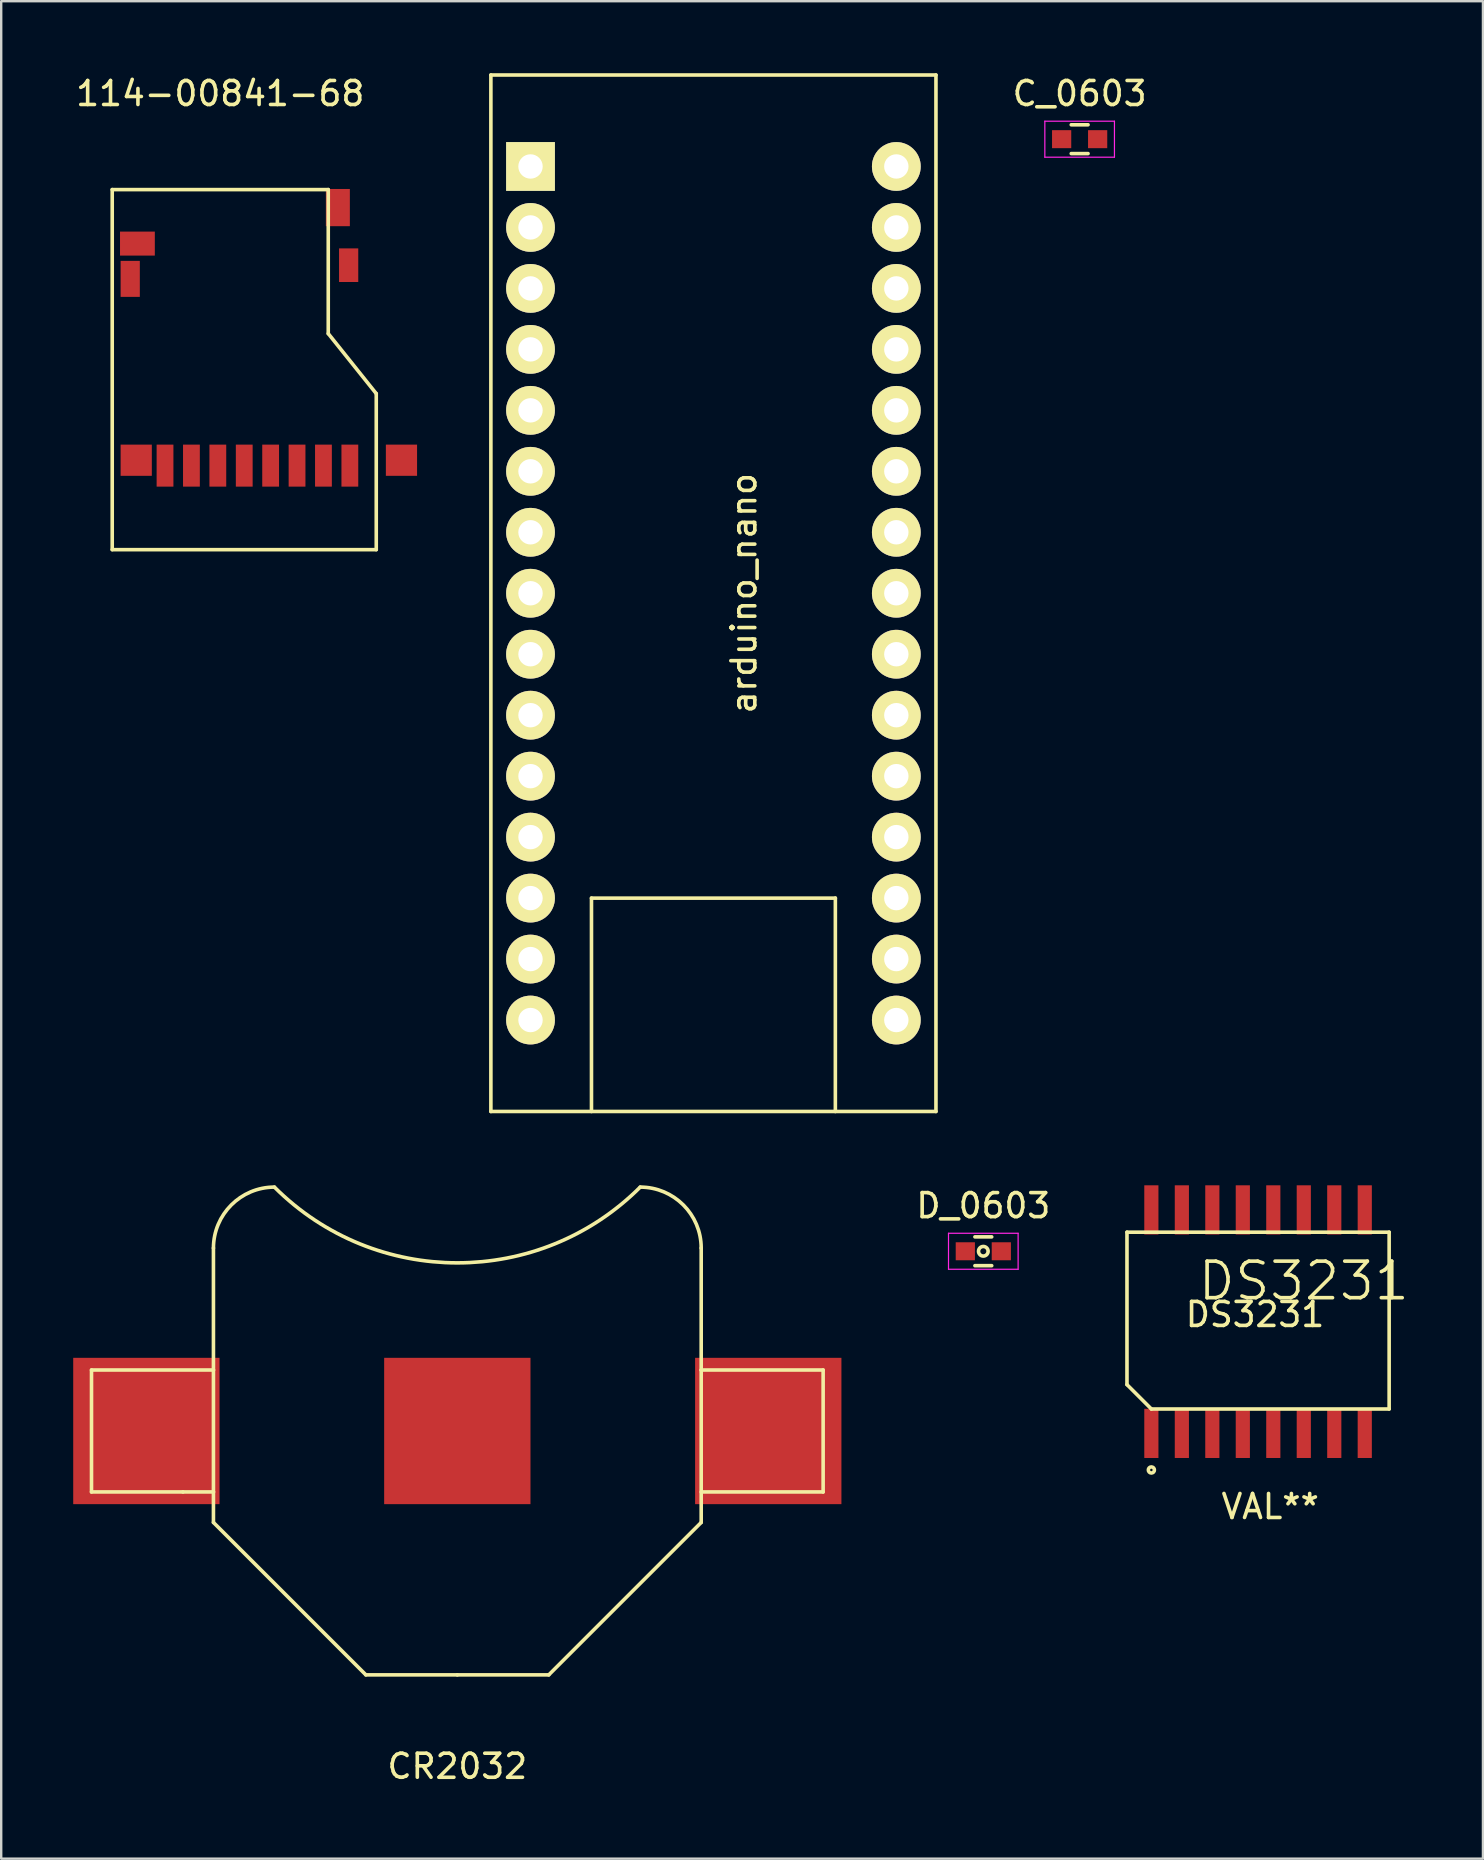
<source format=kicad_pcb>
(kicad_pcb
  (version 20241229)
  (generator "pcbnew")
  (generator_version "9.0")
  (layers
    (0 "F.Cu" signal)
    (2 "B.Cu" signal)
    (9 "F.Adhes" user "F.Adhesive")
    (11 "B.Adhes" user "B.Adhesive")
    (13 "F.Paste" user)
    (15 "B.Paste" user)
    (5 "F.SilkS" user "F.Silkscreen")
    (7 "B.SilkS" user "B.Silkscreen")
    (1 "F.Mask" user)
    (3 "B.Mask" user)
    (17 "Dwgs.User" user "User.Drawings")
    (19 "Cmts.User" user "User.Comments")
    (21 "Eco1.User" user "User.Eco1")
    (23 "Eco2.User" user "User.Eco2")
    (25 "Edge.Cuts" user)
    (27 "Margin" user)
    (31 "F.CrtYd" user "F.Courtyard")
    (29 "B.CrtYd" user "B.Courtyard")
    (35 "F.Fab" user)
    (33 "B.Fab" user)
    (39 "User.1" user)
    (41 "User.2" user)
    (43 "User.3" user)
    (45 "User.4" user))
  (footprint "114-00841-68"
    (layer "F.Cu")
    (at 0.625 17.848)
    (property "Reference" "114-00841-68" (at 5.5 -17 0) (layer "F.SilkS") (effects (font (size 1 1) (thickness 0.15))))
    (attr through_hole)
    (fp_line (start 1 -13) (end 1 2) (stroke (width 0.15) (type solid)) (layer "F.SilkS"))
    (fp_line (start 1 2) (end 12 2) (stroke (width 0.15) (type solid)) (layer "F.SilkS"))
    (fp_line (start 10 -13) (end 1 -13) (stroke (width 0.15) (type solid)) (layer "F.SilkS"))
    (fp_line (start 10 -7) (end 10 -13) (stroke (width 0.15) (type solid)) (layer "F.SilkS"))
    (fp_line (start 12 -4.5) (end 10 -7) (stroke (width 0.15) (type solid)) (layer "F.SilkS"))
    (fp_line (start 12 2) (end 12 -4.5) (stroke (width 0.15) (type solid)) (layer "F.SilkS"))
    (pad "1" smd rect (at 10.9 -1.5) (size 0.7 1.75) (layers "F.Cu" "F.Mask" "F.Paste"))
    (pad "2" smd rect (at 9.8 -1.5) (size 0.7 1.75) (layers "F.Cu" "F.Mask" "F.Paste"))
    (pad "3" smd rect (at 8.7 -1.5) (size 0.7 1.75) (layers "F.Cu" "F.Mask" "F.Paste"))
    (pad "4" smd rect (at 7.6 -1.5) (size 0.7 1.75) (layers "F.Cu" "F.Mask" "F.Paste"))
    (pad "5" smd rect (at 6.5 -1.5) (size 0.7 1.75) (layers "F.Cu" "F.Mask" "F.Paste"))
    (pad "6" smd rect (at 5.4 -1.5) (size 0.7 1.75) (layers "F.Cu" "F.Mask" "F.Paste"))
    (pad "7" smd rect (at 4.3 -1.5) (size 0.7 1.75) (layers "F.Cu" "F.Mask" "F.Paste"))
    (pad "8" smd rect (at 3.2 -1.5) (size 0.7 1.75) (layers "F.Cu" "F.Mask" "F.Paste"))
    (pad "CD1" smd rect (at 10.4 -12.25) (size 1 1.55) (layers "F.Cu" "F.Mask" "F.Paste"))
    (pad "CD2" smd rect (at 2.05 -10.75) (size 1.45 1) (layers "F.Cu" "F.Mask" "F.Paste"))
    (pad "G1" smd rect (at 13.05 -1.725) (size 1.3 1.3) (layers "F.Cu" "F.Mask" "F.Paste"))
    (pad "G2" smd rect (at 2 -1.725) (size 1.3 1.3) (layers "F.Cu" "F.Mask" "F.Paste"))
    (pad "G3" smd rect (at 10.85 -9.85) (size 0.8 1.4) (layers "F.Cu" "F.Mask" "F.Paste"))
    (pad "G4" smd rect (at 1.75 -9.28) (size 0.8 1.5) (layers "F.Cu" "F.Mask" "F.Paste")))
  (footprint "DS3231"
    (layer "F.Cu")
    (at 49.107 51.712)
    (property "Reference" "DS3231" (at 2.159 -1.397 0) (layer "F.SilkS") (effects (font (size 1.524 1.524) (thickness 0.15))))
    (attr exclude_from_pos_files exclude_from_bom)
    (fp_line (start -5.207 -3.429) (end -5.207 2.921) (stroke (width 0.15) (type solid)) (layer "F.SilkS"))
    (fp_line (start -5.207 2.921) (end -4.191 3.937) (stroke (width 0.15) (type solid)) (layer "F.SilkS"))
    (fp_line (start -4.191 3.937) (end 5.715 3.937) (stroke (width 0.15) (type solid)) (layer "F.SilkS"))
    (fp_line (start 5.715 -3.429) (end -5.207 -3.429) (stroke (width 0.15) (type solid)) (layer "F.SilkS"))
    (fp_line (start 5.715 3.937) (end 5.715 -3.429) (stroke (width 0.15) (type solid)) (layer "F.SilkS"))
    (fp_circle (center -4.191 6.477) (end -4.191 6.35) (stroke (width 0.15) (type solid)) (fill no) (layer "F.SilkS"))
    (fp_text user "DS3231" (at 0.127 0 0) (layer "F.SilkS") (effects (font (size 1 1) (thickness 0.15))))
    (fp_text user "VAL**" (at 0.762 8.001 0) (layer "F.SilkS") (effects (font (size 1 1) (thickness 0.15))))
    (pad "1" smd rect (at -4.191 4.953) (size 0.59 2.05) (layers "F.Cu" "F.Mask" "F.Paste"))
    (pad "2" smd rect (at -2.921 4.953) (size 0.59 2.05) (layers "F.Cu" "F.Mask" "F.Paste"))
    (pad "3" smd rect (at -1.651 4.953) (size 0.59 2.05) (layers "F.Cu" "F.Mask" "F.Paste"))
    (pad "4" smd rect (at -0.381 4.953) (size 0.59 2.05) (layers "F.Cu" "F.Mask" "F.Paste"))
    (pad "5" smd rect (at 0.889 4.953) (size 0.59 2.05) (layers "F.Cu" "F.Mask" "F.Paste"))
    (pad "6" smd rect (at 2.159 4.953) (size 0.59 2.05) (layers "F.Cu" "F.Mask" "F.Paste"))
    (pad "7" smd rect (at 3.429 4.953) (size 0.59 2.05) (layers "F.Cu" "F.Mask" "F.Paste"))
    (pad "8" smd rect (at 4.699 4.953) (size 0.59 2.05) (layers "F.Cu" "F.Mask" "F.Paste"))
    (pad "9" smd rect (at 4.699 -4.357) (size 0.59 2.05) (layers "F.Cu" "F.Mask" "F.Paste"))
    (pad "10" smd rect (at 3.429 -4.357) (size 0.59 2.05) (layers "F.Cu" "F.Mask" "F.Paste"))
    (pad "11" smd rect (at 2.159 -4.357) (size 0.59 2.05) (layers "F.Cu" "F.Mask" "F.Paste"))
    (pad "12" smd rect (at 0.889 -4.357) (size 0.59 2.05) (layers "F.Cu" "F.Mask" "F.Paste"))
    (pad "13" smd rect (at -0.381 -4.357) (size 0.59 2.05) (layers "F.Cu" "F.Mask" "F.Paste"))
    (pad "14" smd rect (at -1.651 -4.357) (size 0.59 2.05) (layers "F.Cu" "F.Mask" "F.Paste"))
    (pad "15" smd rect (at -2.921 -4.357) (size 0.59 2.05) (layers "F.Cu" "F.Mask" "F.Paste"))
    (pad "16" smd rect (at -4.191 -4.357) (size 0.59 2.05) (layers "F.Cu" "F.Mask" "F.Paste")))
  (footprint "arduino_nano"
    (layer "F.Cu")
    (at 25.02 21.665)
    (property "Reference" "arduino_nano" (at 2.921 0 90) (layer "F.SilkS") (effects (font (size 1 1) (thickness 0.15))))
    (attr through_hole)
    (fp_line (start -7.62 -21.59) (end -7.62 21.59) (stroke (width 0.15) (type solid)) (layer "F.SilkS"))
    (fp_line (start -7.62 21.59) (end 10.922 21.59) (stroke (width 0.15) (type solid)) (layer "F.SilkS"))
    (fp_line (start -3.429 12.7) (end 6.731 12.7) (stroke (width 0.15) (type solid)) (layer "F.SilkS"))
    (fp_line (start -3.429 21.59) (end -3.429 12.7) (stroke (width 0.15) (type solid)) (layer "F.SilkS"))
    (fp_line (start 6.731 12.7) (end 6.731 21.59) (stroke (width 0.15) (type solid)) (layer "F.SilkS"))
    (fp_line (start 10.922 -21.59) (end -7.62 -21.59) (stroke (width 0.15) (type solid)) (layer "F.SilkS"))
    (fp_line (start 10.922 21.59) (end 10.922 -21.59) (stroke (width 0.15) (type solid)) (layer "F.SilkS"))
    (pad "1" thru_hole rect (at -5.969 -17.78) (size 2.032 2.032) (drill 1.016) (layers "*.Cu" "*.Mask" "F.SilkS"))
    (pad "2" thru_hole circle (at -5.969 -15.24) (size 2.032 2.032) (drill 1.016) (layers "*.Cu" "*.Mask" "F.SilkS"))
    (pad "3" thru_hole circle (at -5.969 -12.7) (size 2.032 2.032) (drill 1.016) (layers "*.Cu" "*.Mask" "F.SilkS"))
    (pad "4" thru_hole circle (at -5.969 -10.16) (size 2.032 2.032) (drill 1.016) (layers "*.Cu" "*.Mask" "F.SilkS"))
    (pad "5" thru_hole circle (at -5.969 -7.62) (size 2.032 2.032) (drill 1.016) (layers "*.Cu" "*.Mask" "F.SilkS"))
    (pad "6" thru_hole circle (at -5.969 -5.08) (size 2.032 2.032) (drill 1.016) (layers "*.Cu" "*.Mask" "F.SilkS"))
    (pad "7" thru_hole circle (at -5.969 -2.54) (size 2.032 2.032) (drill 1.016) (layers "*.Cu" "*.Mask" "F.SilkS"))
    (pad "8" thru_hole circle (at -5.969 0) (size 2.032 2.032) (drill 1.016) (layers "*.Cu" "*.Mask" "F.SilkS"))
    (pad "9" thru_hole circle (at -5.969 2.54) (size 2.032 2.032) (drill 1.016) (layers "*.Cu" "*.Mask" "F.SilkS"))
    (pad "10" thru_hole circle (at -5.969 5.08) (size 2.032 2.032) (drill 1.016) (layers "*.Cu" "*.Mask" "F.SilkS"))
    (pad "11" thru_hole circle (at -5.969 7.62) (size 2.032 2.032) (drill 1.016) (layers "*.Cu" "*.Mask" "F.SilkS"))
    (pad "12" thru_hole circle (at -5.969 10.16) (size 2.032 2.032) (drill 1.016) (layers "*.Cu" "*.Mask" "F.SilkS"))
    (pad "13" thru_hole circle (at -5.969 12.7) (size 2.032 2.032) (drill 1.016) (layers "*.Cu" "*.Mask" "F.SilkS"))
    (pad "14" thru_hole circle (at -5.969 15.24) (size 2.032 2.032) (drill 1.016) (layers "*.Cu" "*.Mask" "F.SilkS"))
    (pad "15" thru_hole circle (at -5.969 17.78) (size 2.032 2.032) (drill 1.016) (layers "*.Cu" "*.Mask" "F.SilkS"))
    (pad "16" thru_hole circle (at 9.271 17.78) (size 2.032 2.032) (drill 1.016) (layers "*.Cu" "*.Mask" "F.SilkS"))
    (pad "17" thru_hole circle (at 9.271 15.24) (size 2.032 2.032) (drill 1.016) (layers "*.Cu" "*.Mask" "F.SilkS"))
    (pad "18" thru_hole circle (at 9.271 12.7) (size 2.032 2.032) (drill 1.016) (layers "*.Cu" "*.Mask" "F.SilkS"))
    (pad "19" thru_hole circle (at 9.271 10.16) (size 2.032 2.032) (drill 1.016) (layers "*.Cu" "*.Mask" "F.SilkS"))
    (pad "20" thru_hole circle (at 9.271 7.62) (size 2.032 2.032) (drill 1.016) (layers "*.Cu" "*.Mask" "F.SilkS"))
    (pad "21" thru_hole circle (at 9.271 5.08) (size 2.032 2.032) (drill 1.016) (layers "*.Cu" "*.Mask" "F.SilkS"))
    (pad "22" thru_hole circle (at 9.271 2.54) (size 2.032 2.032) (drill 1.016) (layers "*.Cu" "*.Mask" "F.SilkS"))
    (pad "23" thru_hole circle (at 9.271 0) (size 2.032 2.032) (drill 1.016) (layers "*.Cu" "*.Mask" "F.SilkS"))
    (pad "24" thru_hole circle (at 9.271 -2.54) (size 2.032 2.032) (drill 1.016) (layers "*.Cu" "*.Mask" "F.SilkS"))
    (pad "25" thru_hole circle (at 9.271 -5.08) (size 2.032 2.032) (drill 1.016) (layers "*.Cu" "*.Mask" "F.SilkS"))
    (pad "26" thru_hole circle (at 9.271 -7.62) (size 2.032 2.032) (drill 1.016) (layers "*.Cu" "*.Mask" "F.SilkS"))
    (pad "27" thru_hole circle (at 9.271 -10.16) (size 2.032 2.032) (drill 1.016) (layers "*.Cu" "*.Mask" "F.SilkS"))
    (pad "28" thru_hole circle (at 9.271 -12.7) (size 2.032 2.032) (drill 1.016) (layers "*.Cu" "*.Mask" "F.SilkS"))
    (pad "29" thru_hole circle (at 9.271 -15.24) (size 2.032 2.032) (drill 1.016) (layers "*.Cu" "*.Mask" "F.SilkS"))
    (pad "30" thru_hole circle (at 9.271 -17.78) (size 2.032 2.032) (drill 1.016) (layers "*.Cu" "*.Mask" "F.SilkS")))
  (footprint "C_0603"
    (layer "F.Cu")
    (at 41.928 2.748)
    (property "Reference" "C_0603" (at 0 -1.9 0) (layer "F.SilkS") (effects (font (size 1 1) (thickness 0.15))))
    (attr smd)
    (fp_line (start -0.35 -0.6) (end 0.35 -0.6) (stroke (width 0.15) (type solid)) (layer "F.SilkS"))
    (fp_line (start 0.35 0.6) (end -0.35 0.6) (stroke (width 0.15) (type solid)) (layer "F.SilkS"))
    (fp_line (start -1.45 -0.75) (end -1.45 0.75) (stroke (width 0.05) (type solid)) (layer "F.CrtYd"))
    (fp_line (start -1.45 -0.75) (end 1.45 -0.75) (stroke (width 0.05) (type solid)) (layer "F.CrtYd"))
    (fp_line (start -1.45 0.75) (end 1.45 0.75) (stroke (width 0.05) (type solid)) (layer "F.CrtYd"))
    (fp_line (start 1.45 -0.75) (end 1.45 0.75) (stroke (width 0.05) (type solid)) (layer "F.CrtYd"))
    (pad "1" smd rect (at -0.75 0) (size 0.8 0.75) (layers "F.Cu" "F.Mask" "F.Paste"))
    (pad "2" smd rect (at 0.75 0) (size 0.8 0.75) (layers "F.Cu" "F.Mask" "F.Paste")))
  (footprint "D_0603"
    (layer "F.Cu")
    (at 37.915 49.078)
    (property "Reference" "D_0603" (at 0 -1.9 0) (layer "F.SilkS") (effects (font (size 1 1) (thickness 0.15))))
    (attr smd)
    (fp_line (start -0.35 -0.6) (end 0.35 -0.6) (stroke (width 0.15) (type solid)) (layer "F.SilkS"))
    (fp_line (start 0.35 0.6) (end -0.35 0.6) (stroke (width 0.15) (type solid)) (layer "F.SilkS"))
    (fp_circle (center 0 0) (end -0.2 0) (stroke (width 0.15) (type solid)) (fill no) (layer "F.SilkS"))
    (fp_line (start -1.45 -0.75) (end -1.45 0.75) (stroke (width 0.05) (type solid)) (layer "F.CrtYd"))
    (fp_line (start -1.45 -0.75) (end 1.45 -0.75) (stroke (width 0.05) (type solid)) (layer "F.CrtYd"))
    (fp_line (start -1.45 0.75) (end 1.45 0.75) (stroke (width 0.05) (type solid)) (layer "F.CrtYd"))
    (fp_line (start 1.45 -0.75) (end 1.45 0.75) (stroke (width 0.05) (type solid)) (layer "F.CrtYd"))
    (pad "1" smd rect (at -0.75 0) (size 0.8 0.75) (layers "F.Cu" "F.Mask" "F.Paste"))
    (pad "2" smd rect (at 0.75 0) (size 0.8 0.75) (layers "F.Cu" "F.Mask" "F.Paste")))
  (footprint "CR2032"
    (layer "F.Cu")
    (at 16.002 56.565)
    (property "Reference" "CR2032" (at 0 13.97 0) (layer "F.SilkS") (effects (font (size 1 1) (thickness 0.15))))
    (attr through_hole)
    (fp_line (start -15.24 -2.54) (end -15.24 2.54) (stroke (width 0.15) (type solid)) (layer "F.SilkS"))
    (fp_line (start -15.24 2.54) (end -11.43 2.54) (stroke (width 0.15) (type solid)) (layer "F.SilkS"))
    (fp_line (start -10.16 -2.54) (end -15.24 -2.54) (stroke (width 0.15) (type solid)) (layer "F.SilkS"))
    (fp_line (start -10.16 -2.54) (end -10.16 -7.62) (stroke (width 0.15) (type solid)) (layer "F.SilkS"))
    (fp_line (start -10.16 2.54) (end -11.43 2.54) (stroke (width 0.15) (type solid)) (layer "F.SilkS"))
    (fp_line (start -10.16 2.54) (end -10.16 -2.54) (stroke (width 0.15) (type solid)) (layer "F.SilkS"))
    (fp_line (start -10.16 3.81) (end -10.16 2.54) (stroke (width 0.15) (type solid)) (layer "F.SilkS"))
    (fp_line (start -3.81 10.16) (end -10.16 3.81) (stroke (width 0.15) (type solid)) (layer "F.SilkS"))
    (fp_line (start 0 10.16) (end -3.81 10.16) (stroke (width 0.15) (type solid)) (layer "F.SilkS"))
    (fp_line (start 0 10.16) (end 3.81 10.16) (stroke (width 0.15) (type solid)) (layer "F.SilkS"))
    (fp_line (start 3.81 10.16) (end 10.16 3.81) (stroke (width 0.15) (type solid)) (layer "F.SilkS"))
    (fp_line (start 10.16 -2.54) (end 10.16 -7.62) (stroke (width 0.15) (type solid)) (layer "F.SilkS"))
    (fp_line (start 10.16 -2.54) (end 15.24 -2.54) (stroke (width 0.15) (type solid)) (layer "F.SilkS"))
    (fp_line (start 10.16 3.81) (end 10.16 -2.54) (stroke (width 0.15) (type solid)) (layer "F.SilkS"))
    (fp_line (start 15.24 -2.54) (end 15.24 2.54) (stroke (width 0.15) (type solid)) (layer "F.SilkS"))
    (fp_line (start 15.24 2.54) (end 10.16 2.54) (stroke (width 0.15) (type solid)) (layer "F.SilkS"))
    (fp_arc (start -10.16 -7.62) (mid -9.416051 -9.416051) (end -7.62 -10.16) (stroke (width 0.15) (type solid)) (layer "F.SilkS"))
    (fp_arc (start 7.62 -10.16) (mid 0 -7.003693) (end -7.62 -10.16) (stroke (width 0.15) (type solid)) (layer "F.SilkS"))
    (fp_arc (start 7.62 -10.16) (mid 9.416051 -9.416051) (end 10.16 -7.62) (stroke (width 0.15) (type solid)) (layer "F.SilkS"))
    (pad "1" smd rect (at -12.954 0) (size 6.096 6.096) (layers "F.Cu" "F.Mask" "F.Paste"))
    (pad "1" smd rect (at 12.954 0) (size 6.096 6.096) (layers "F.Cu" "F.Mask" "F.Paste"))
    (pad "2" smd rect (at 0 0) (size 6.096 6.096) (layers "F.Cu" "F.Mask" "F.Paste")))
  (gr_rect
    (start -3 -3)
    (end 58.73 74.383)
    (stroke (width 0.1) (type default))
    (fill no)
    (layer "Edge.Cuts")))
</source>
